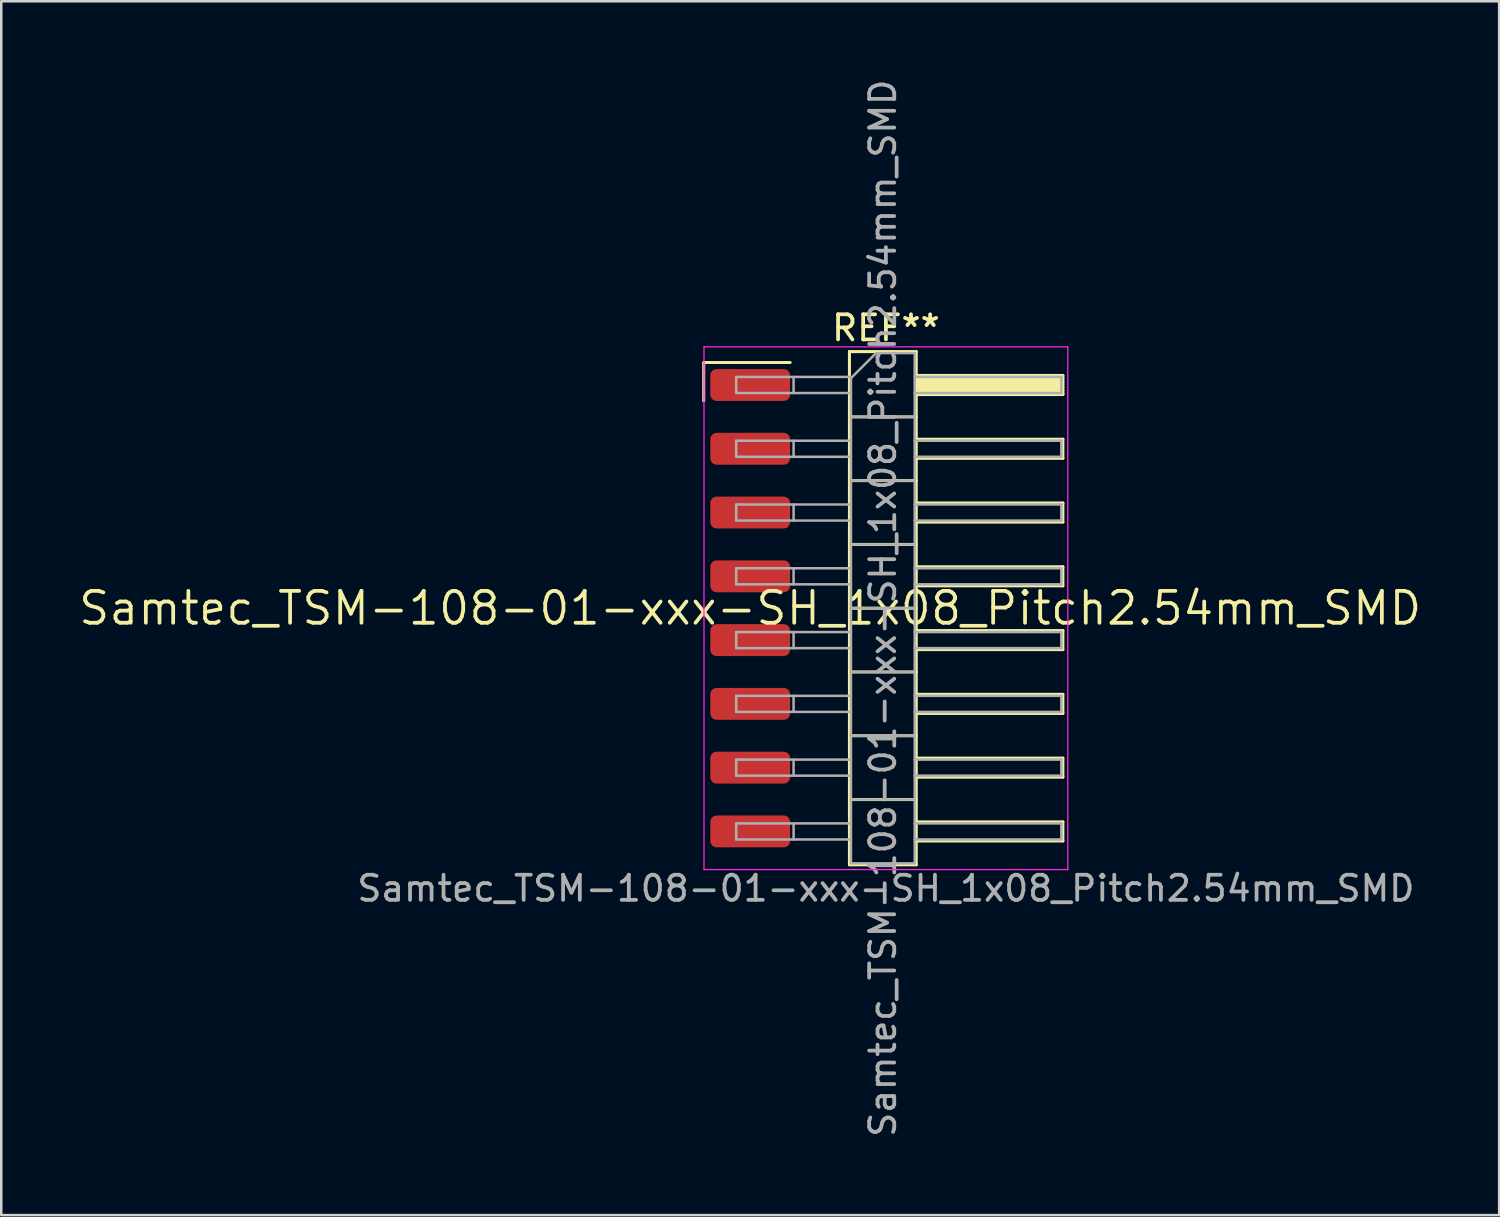
<source format=kicad_pcb>
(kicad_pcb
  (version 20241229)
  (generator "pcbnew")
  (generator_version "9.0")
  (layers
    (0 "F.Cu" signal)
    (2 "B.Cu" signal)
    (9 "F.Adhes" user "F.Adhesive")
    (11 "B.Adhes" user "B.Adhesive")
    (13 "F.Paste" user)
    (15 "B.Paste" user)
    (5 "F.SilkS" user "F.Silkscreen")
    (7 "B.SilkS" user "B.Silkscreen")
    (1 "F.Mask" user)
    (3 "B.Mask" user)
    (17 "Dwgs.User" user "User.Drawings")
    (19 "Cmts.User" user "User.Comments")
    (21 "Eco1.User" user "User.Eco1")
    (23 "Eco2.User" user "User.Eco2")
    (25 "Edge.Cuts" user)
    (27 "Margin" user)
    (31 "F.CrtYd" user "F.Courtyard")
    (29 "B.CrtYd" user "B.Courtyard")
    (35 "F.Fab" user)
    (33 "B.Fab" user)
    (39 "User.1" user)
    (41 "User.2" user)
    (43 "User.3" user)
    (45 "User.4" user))
  (footprint "Samtec_TSM-108-01-xxx-SH_1x08_Pitch2.54mm_SMD"
    (layer "F.Cu")
    (at 26.828 21.173)
    (property "Reference" "Samtec_TSM-108-01-xxx-SH_1x08_Pitch2.54mm_SMD" (at 0 0 0) (layer "F.SilkS") (effects (font (size 1.27 1.27) (thickness 0.15))))
    (attr smd)
    (fp_line (start -1.85 -9.785) (end 1.59 -9.785) (stroke (width 0.12) (type solid)) (layer "F.SilkS"))
    (fp_line (start -1.85 -8.255) (end -1.85 -9.785) (stroke (width 0.12) (type solid)) (layer "F.SilkS"))
    (fp_line (start 3.953 -10.22) (end 6.613 -10.22) (stroke (width 0.12) (type solid)) (layer "F.SilkS"))
    (fp_line (start 3.953 -7.62) (end 6.613 -7.62) (stroke (width 0.12) (type solid)) (layer "F.SilkS"))
    (fp_line (start 3.953 -5.08) (end 6.613 -5.08) (stroke (width 0.12) (type solid)) (layer "F.SilkS"))
    (fp_line (start 3.953 -2.54) (end 6.613 -2.54) (stroke (width 0.12) (type solid)) (layer "F.SilkS"))
    (fp_line (start 3.953 0) (end 6.613 0) (stroke (width 0.12) (type solid)) (layer "F.SilkS"))
    (fp_line (start 3.953 2.54) (end 6.613 2.54) (stroke (width 0.12) (type solid)) (layer "F.SilkS"))
    (fp_line (start 3.953 5.08) (end 6.613 5.08) (stroke (width 0.12) (type solid)) (layer "F.SilkS"))
    (fp_line (start 3.953 7.62) (end 6.613 7.62) (stroke (width 0.12) (type solid)) (layer "F.SilkS"))
    (fp_line (start 3.953 10.22) (end 3.953 -10.22) (stroke (width 0.12) (type solid)) (layer "F.SilkS"))
    (fp_line (start 6.613 -10.22) (end 6.613 10.22) (stroke (width 0.12) (type solid)) (layer "F.SilkS"))
    (fp_line (start 6.613 -9.27) (end 12.453 -9.27) (stroke (width 0.12) (type solid)) (layer "F.SilkS"))
    (fp_line (start 6.613 -9.15) (end 12.453 -9.15) (stroke (width 0.12) (type solid)) (layer "F.SilkS"))
    (fp_line (start 6.613 -9.03) (end 12.453 -9.03) (stroke (width 0.12) (type solid)) (layer "F.SilkS"))
    (fp_line (start 6.613 -8.91) (end 12.453 -8.91) (stroke (width 0.12) (type solid)) (layer "F.SilkS"))
    (fp_line (start 6.613 -8.79) (end 12.453 -8.79) (stroke (width 0.12) (type solid)) (layer "F.SilkS"))
    (fp_line (start 6.613 -8.67) (end 12.453 -8.67) (stroke (width 0.12) (type solid)) (layer "F.SilkS"))
    (fp_line (start 6.613 -8.55) (end 12.453 -8.55) (stroke (width 0.12) (type solid)) (layer "F.SilkS"))
    (fp_line (start 6.613 -8.51) (end 12.453 -8.51) (stroke (width 0.12) (type solid)) (layer "F.SilkS"))
    (fp_line (start 6.613 -6.73) (end 12.453 -6.73) (stroke (width 0.12) (type solid)) (layer "F.SilkS"))
    (fp_line (start 6.613 -5.97) (end 12.453 -5.97) (stroke (width 0.12) (type solid)) (layer "F.SilkS"))
    (fp_line (start 6.613 -4.19) (end 12.453 -4.19) (stroke (width 0.12) (type solid)) (layer "F.SilkS"))
    (fp_line (start 6.613 -3.43) (end 12.453 -3.43) (stroke (width 0.12) (type solid)) (layer "F.SilkS"))
    (fp_line (start 6.613 -1.65) (end 12.453 -1.65) (stroke (width 0.12) (type solid)) (layer "F.SilkS"))
    (fp_line (start 6.613 -0.89) (end 12.453 -0.89) (stroke (width 0.12) (type solid)) (layer "F.SilkS"))
    (fp_line (start 6.613 0.89) (end 12.453 0.89) (stroke (width 0.12) (type solid)) (layer "F.SilkS"))
    (fp_line (start 6.613 1.65) (end 12.453 1.65) (stroke (width 0.12) (type solid)) (layer "F.SilkS"))
    (fp_line (start 6.613 3.43) (end 12.453 3.43) (stroke (width 0.12) (type solid)) (layer "F.SilkS"))
    (fp_line (start 6.613 4.19) (end 12.453 4.19) (stroke (width 0.12) (type solid)) (layer "F.SilkS"))
    (fp_line (start 6.613 5.97) (end 12.453 5.97) (stroke (width 0.12) (type solid)) (layer "F.SilkS"))
    (fp_line (start 6.613 6.73) (end 12.453 6.73) (stroke (width 0.12) (type solid)) (layer "F.SilkS"))
    (fp_line (start 6.613 8.51) (end 12.453 8.51) (stroke (width 0.12) (type solid)) (layer "F.SilkS"))
    (fp_line (start 6.613 9.27) (end 12.453 9.27) (stroke (width 0.12) (type solid)) (layer "F.SilkS"))
    (fp_line (start 6.613 10.22) (end 3.953 10.22) (stroke (width 0.12) (type solid)) (layer "F.SilkS"))
    (fp_line (start 12.453 -9.27) (end 12.453 -8.51) (stroke (width 0.12) (type solid)) (layer "F.SilkS"))
    (fp_line (start 12.453 -6.73) (end 12.453 -5.97) (stroke (width 0.12) (type solid)) (layer "F.SilkS"))
    (fp_line (start 12.453 -4.19) (end 12.453 -3.43) (stroke (width 0.12) (type solid)) (layer "F.SilkS"))
    (fp_line (start 12.453 -1.65) (end 12.453 -0.89) (stroke (width 0.12) (type solid)) (layer "F.SilkS"))
    (fp_line (start 12.453 0.89) (end 12.453 1.65) (stroke (width 0.12) (type solid)) (layer "F.SilkS"))
    (fp_line (start 12.453 3.43) (end 12.453 4.19) (stroke (width 0.12) (type solid)) (layer "F.SilkS"))
    (fp_line (start 12.453 5.97) (end 12.453 6.73) (stroke (width 0.12) (type solid)) (layer "F.SilkS"))
    (fp_line (start 12.453 8.51) (end 12.453 9.27) (stroke (width 0.12) (type solid)) (layer "F.SilkS"))
    (fp_line (start -1.84 -10.41) (end 12.65 -10.41) (stroke (width 0.05) (type solid)) (layer "F.CrtYd"))
    (fp_line (start -1.84 10.41) (end -1.84 -10.41) (stroke (width 0.05) (type solid)) (layer "F.CrtYd"))
    (fp_line (start 12.65 -10.41) (end 12.65 10.41) (stroke (width 0.05) (type solid)) (layer "F.CrtYd"))
    (fp_line (start 12.65 10.41) (end -1.84 10.41) (stroke (width 0.05) (type solid)) (layer "F.CrtYd"))
    (fp_line (start -0.557 -9.21) (end -0.557 -8.57) (stroke (width 0.1) (type solid)) (layer "F.Fab"))
    (fp_line (start -0.557 -9.21) (end 4.013 -9.21) (stroke (width 0.1) (type solid)) (layer "F.Fab"))
    (fp_line (start -0.557 -8.57) (end 4.013 -8.57) (stroke (width 0.1) (type solid)) (layer "F.Fab"))
    (fp_line (start -0.557 -6.67) (end -0.557 -6.03) (stroke (width 0.1) (type solid)) (layer "F.Fab"))
    (fp_line (start -0.557 -6.67) (end 4.013 -6.67) (stroke (width 0.1) (type solid)) (layer "F.Fab"))
    (fp_line (start -0.557 -6.03) (end 4.013 -6.03) (stroke (width 0.1) (type solid)) (layer "F.Fab"))
    (fp_line (start -0.557 -4.13) (end -0.557 -3.49) (stroke (width 0.1) (type solid)) (layer "F.Fab"))
    (fp_line (start -0.557 -4.13) (end 4.013 -4.13) (stroke (width 0.1) (type solid)) (layer "F.Fab"))
    (fp_line (start -0.557 -3.49) (end 4.013 -3.49) (stroke (width 0.1) (type solid)) (layer "F.Fab"))
    (fp_line (start -0.557 -1.59) (end -0.557 -0.95) (stroke (width 0.1) (type solid)) (layer "F.Fab"))
    (fp_line (start -0.557 -1.59) (end 4.013 -1.59) (stroke (width 0.1) (type solid)) (layer "F.Fab"))
    (fp_line (start -0.557 -0.95) (end 4.013 -0.95) (stroke (width 0.1) (type solid)) (layer "F.Fab"))
    (fp_line (start -0.557 0.95) (end -0.557 1.59) (stroke (width 0.1) (type solid)) (layer "F.Fab"))
    (fp_line (start -0.557 0.95) (end 4.013 0.95) (stroke (width 0.1) (type solid)) (layer "F.Fab"))
    (fp_line (start -0.557 1.59) (end 4.013 1.59) (stroke (width 0.1) (type solid)) (layer "F.Fab"))
    (fp_line (start -0.557 3.49) (end -0.557 4.13) (stroke (width 0.1) (type solid)) (layer "F.Fab"))
    (fp_line (start -0.557 3.49) (end 4.013 3.49) (stroke (width 0.1) (type solid)) (layer "F.Fab"))
    (fp_line (start -0.557 4.13) (end 4.013 4.13) (stroke (width 0.1) (type solid)) (layer "F.Fab"))
    (fp_line (start -0.557 6.03) (end -0.557 6.67) (stroke (width 0.1) (type solid)) (layer "F.Fab"))
    (fp_line (start -0.557 6.03) (end 4.013 6.03) (stroke (width 0.1) (type solid)) (layer "F.Fab"))
    (fp_line (start -0.557 6.67) (end 4.013 6.67) (stroke (width 0.1) (type solid)) (layer "F.Fab"))
    (fp_line (start -0.557 8.57) (end -0.557 9.21) (stroke (width 0.1) (type solid)) (layer "F.Fab"))
    (fp_line (start -0.557 8.57) (end 4.013 8.57) (stroke (width 0.1) (type solid)) (layer "F.Fab"))
    (fp_line (start -0.557 9.21) (end 4.013 9.21) (stroke (width 0.1) (type solid)) (layer "F.Fab"))
    (fp_line (start 1.728 -9.21) (end 1.728 -8.57) (stroke (width 0.1) (type solid)) (layer "F.Fab"))
    (fp_line (start 1.728 -6.67) (end 1.728 -6.03) (stroke (width 0.1) (type solid)) (layer "F.Fab"))
    (fp_line (start 1.728 -4.13) (end 1.728 -3.49) (stroke (width 0.1) (type solid)) (layer "F.Fab"))
    (fp_line (start 1.728 -1.59) (end 1.728 -0.95) (stroke (width 0.1) (type solid)) (layer "F.Fab"))
    (fp_line (start 1.728 0.95) (end 1.728 1.59) (stroke (width 0.1) (type solid)) (layer "F.Fab"))
    (fp_line (start 1.728 3.49) (end 1.728 4.13) (stroke (width 0.1) (type solid)) (layer "F.Fab"))
    (fp_line (start 1.728 6.03) (end 1.728 6.67) (stroke (width 0.1) (type solid)) (layer "F.Fab"))
    (fp_line (start 1.728 8.57) (end 1.728 9.21) (stroke (width 0.1) (type solid)) (layer "F.Fab"))
    (fp_line (start 4.013 -9.16) (end 5.013 -10.16) (stroke (width 0.1) (type solid)) (layer "F.Fab"))
    (fp_line (start 4.013 -7.62) (end 6.553 -7.62) (stroke (width 0.1) (type solid)) (layer "F.Fab"))
    (fp_line (start 4.013 -5.08) (end 6.553 -5.08) (stroke (width 0.1) (type solid)) (layer "F.Fab"))
    (fp_line (start 4.013 -2.54) (end 6.553 -2.54) (stroke (width 0.1) (type solid)) (layer "F.Fab"))
    (fp_line (start 4.013 0) (end 6.553 0) (stroke (width 0.1) (type solid)) (layer "F.Fab"))
    (fp_line (start 4.013 2.54) (end 6.553 2.54) (stroke (width 0.1) (type solid)) (layer "F.Fab"))
    (fp_line (start 4.013 5.08) (end 6.553 5.08) (stroke (width 0.1) (type solid)) (layer "F.Fab"))
    (fp_line (start 4.013 7.62) (end 6.553 7.62) (stroke (width 0.1) (type solid)) (layer "F.Fab"))
    (fp_line (start 4.013 10.16) (end 4.013 -9.16) (stroke (width 0.1) (type solid)) (layer "F.Fab"))
    (fp_line (start 5.013 -10.16) (end 6.553 -10.16) (stroke (width 0.1) (type solid)) (layer "F.Fab"))
    (fp_line (start 6.553 -10.16) (end 6.553 10.16) (stroke (width 0.1) (type solid)) (layer "F.Fab"))
    (fp_line (start 6.553 -9.21) (end 12.393 -9.21) (stroke (width 0.1) (type solid)) (layer "F.Fab"))
    (fp_line (start 6.553 -8.57) (end 12.393 -8.57) (stroke (width 0.1) (type solid)) (layer "F.Fab"))
    (fp_line (start 6.553 -6.67) (end 12.393 -6.67) (stroke (width 0.1) (type solid)) (layer "F.Fab"))
    (fp_line (start 6.553 -6.03) (end 12.393 -6.03) (stroke (width 0.1) (type solid)) (layer "F.Fab"))
    (fp_line (start 6.553 -4.13) (end 12.393 -4.13) (stroke (width 0.1) (type solid)) (layer "F.Fab"))
    (fp_line (start 6.553 -3.49) (end 12.393 -3.49) (stroke (width 0.1) (type solid)) (layer "F.Fab"))
    (fp_line (start 6.553 -1.59) (end 12.393 -1.59) (stroke (width 0.1) (type solid)) (layer "F.Fab"))
    (fp_line (start 6.553 -0.95) (end 12.393 -0.95) (stroke (width 0.1) (type solid)) (layer "F.Fab"))
    (fp_line (start 6.553 0.95) (end 12.393 0.95) (stroke (width 0.1) (type solid)) (layer "F.Fab"))
    (fp_line (start 6.553 1.59) (end 12.393 1.59) (stroke (width 0.1) (type solid)) (layer "F.Fab"))
    (fp_line (start 6.553 3.49) (end 12.393 3.49) (stroke (width 0.1) (type solid)) (layer "F.Fab"))
    (fp_line (start 6.553 4.13) (end 12.393 4.13) (stroke (width 0.1) (type solid)) (layer "F.Fab"))
    (fp_line (start 6.553 6.03) (end 12.393 6.03) (stroke (width 0.1) (type solid)) (layer "F.Fab"))
    (fp_line (start 6.553 6.67) (end 12.393 6.67) (stroke (width 0.1) (type solid)) (layer "F.Fab"))
    (fp_line (start 6.553 8.57) (end 12.393 8.57) (stroke (width 0.1) (type solid)) (layer "F.Fab"))
    (fp_line (start 6.553 9.21) (end 12.393 9.21) (stroke (width 0.1) (type solid)) (layer "F.Fab"))
    (fp_line (start 6.553 10.16) (end 4.013 10.16) (stroke (width 0.1) (type solid)) (layer "F.Fab"))
    (fp_line (start 12.393 -9.21) (end 12.393 -8.57) (stroke (width 0.1) (type solid)) (layer "F.Fab"))
    (fp_line (start 12.393 -6.67) (end 12.393 -6.03) (stroke (width 0.1) (type solid)) (layer "F.Fab"))
    (fp_line (start 12.393 -4.13) (end 12.393 -3.49) (stroke (width 0.1) (type solid)) (layer "F.Fab"))
    (fp_line (start 12.393 -1.59) (end 12.393 -0.95) (stroke (width 0.1) (type solid)) (layer "F.Fab"))
    (fp_line (start 12.393 0.95) (end 12.393 1.59) (stroke (width 0.1) (type solid)) (layer "F.Fab"))
    (fp_line (start 12.393 3.49) (end 12.393 4.13) (stroke (width 0.1) (type solid)) (layer "F.Fab"))
    (fp_line (start 12.393 6.03) (end 12.393 6.67) (stroke (width 0.1) (type solid)) (layer "F.Fab"))
    (fp_line (start 12.393 8.57) (end 12.393 9.21) (stroke (width 0.1) (type solid)) (layer "F.Fab"))
    (fp_text user "REF**" (at 5.405 -11.16 0) (layer "F.SilkS") (effects (font (size 1 1) (thickness 0.15))))
    (fp_text user "Samtec_TSM-108-01-xxx-SH_1x08_Pitch2.54mm_SMD" (at 5.405 11.16 0) (layer "F.Fab") (effects (font (size 1 1) (thickness 0.15))))
    (fp_text user "${REFERENCE}" (at 5.283 0 90) (layer "F.Fab") (effects (font (size 1 1) (thickness 0.15))))
    (pad "1" smd roundrect (at 0 -8.89) (size 3.18 1.27) (layers "F.Cu" "F.Mask" "F.Paste") (roundrect_rratio 0.197))
    (pad "2" smd roundrect (at 0 -6.35) (size 3.18 1.27) (layers "F.Cu" "F.Mask" "F.Paste") (roundrect_rratio 0.197))
    (pad "3" smd roundrect (at 0 -3.81) (size 3.18 1.27) (layers "F.Cu" "F.Mask" "F.Paste") (roundrect_rratio 0.197))
    (pad "4" smd roundrect (at 0 -1.27) (size 3.18 1.27) (layers "F.Cu" "F.Mask" "F.Paste") (roundrect_rratio 0.197))
    (pad "5" smd roundrect (at 0 1.27) (size 3.18 1.27) (layers "F.Cu" "F.Mask" "F.Paste") (roundrect_rratio 0.197))
    (pad "6" smd roundrect (at 0 3.81) (size 3.18 1.27) (layers "F.Cu" "F.Mask" "F.Paste") (roundrect_rratio 0.197))
    (pad "7" smd roundrect (at 0 6.35) (size 3.18 1.27) (layers "F.Cu" "F.Mask" "F.Paste") (roundrect_rratio 0.197))
    (pad "8" smd roundrect (at 0 8.89) (size 3.18 1.27) (layers "F.Cu" "F.Mask" "F.Paste") (roundrect_rratio 0.197)))
  (gr_rect
    (start -3 -3)
    (end 56.657 45.345)
    (stroke (width 0.1) (type default))
    (fill no)
    (layer "Edge.Cuts")))
</source>
